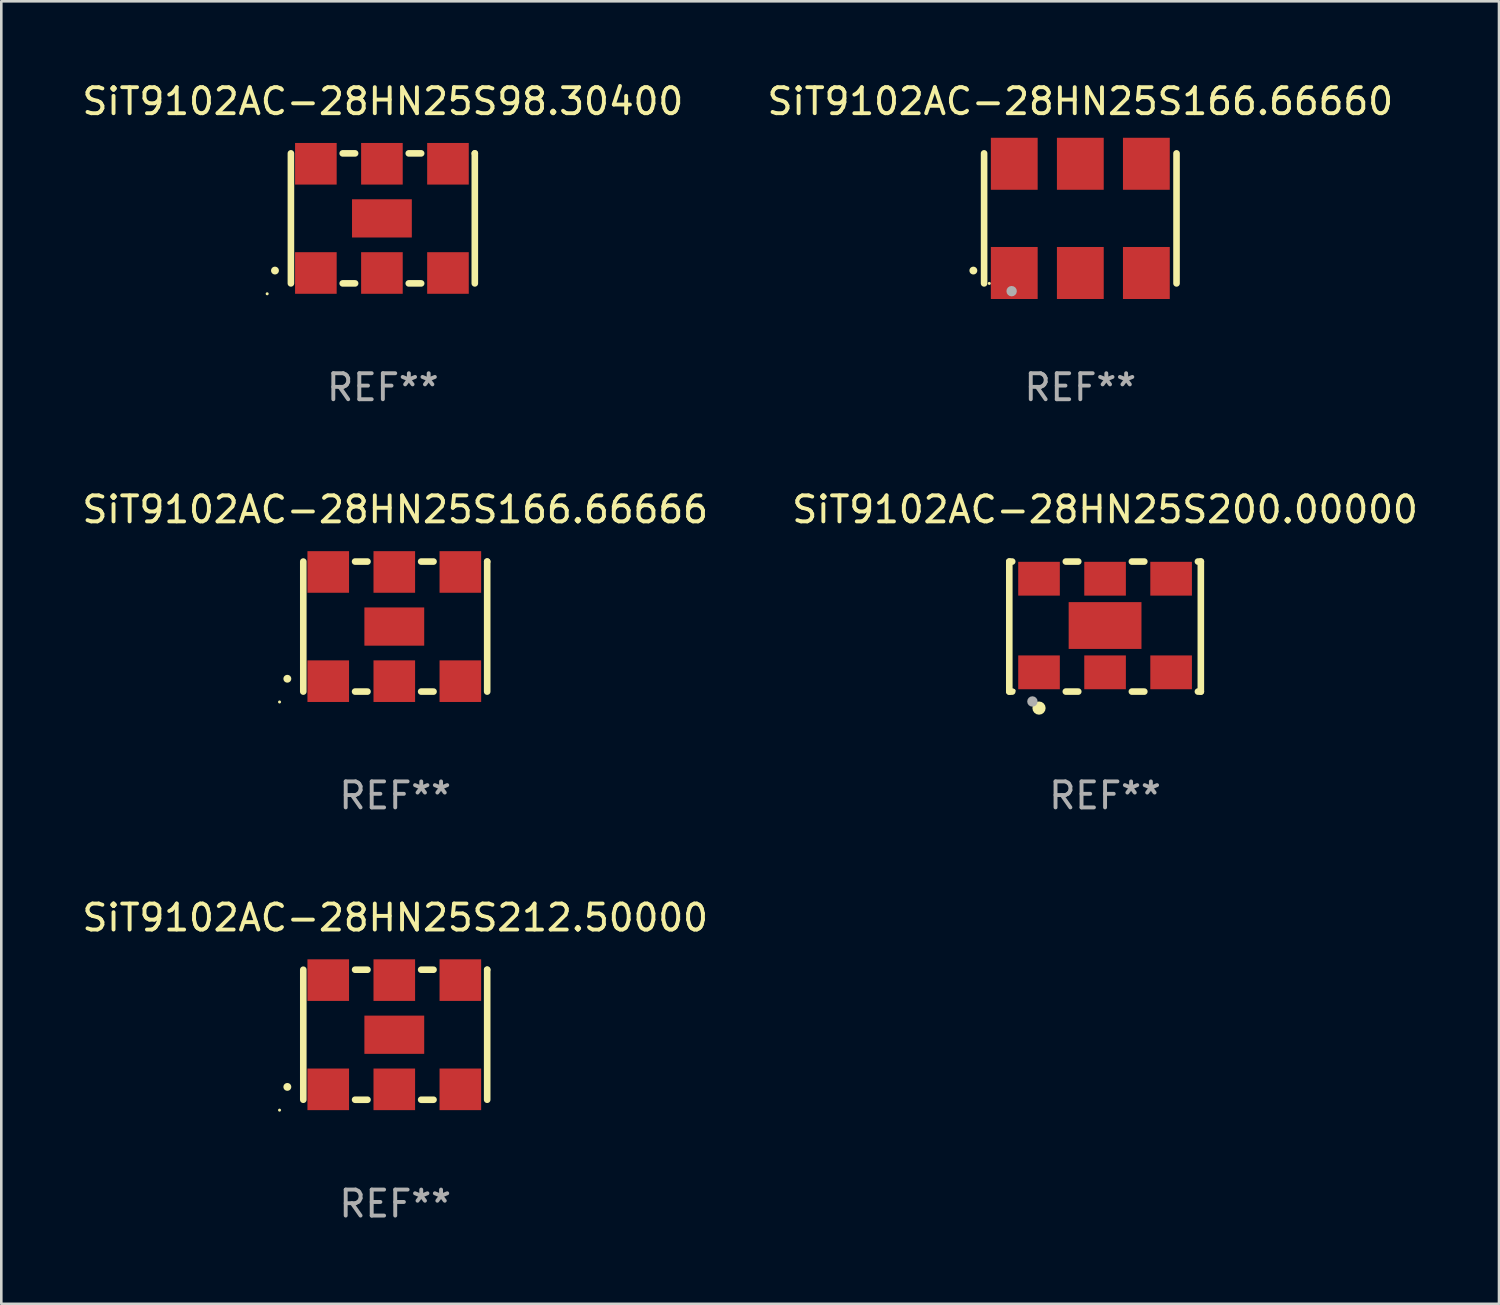
<source format=kicad_pcb>
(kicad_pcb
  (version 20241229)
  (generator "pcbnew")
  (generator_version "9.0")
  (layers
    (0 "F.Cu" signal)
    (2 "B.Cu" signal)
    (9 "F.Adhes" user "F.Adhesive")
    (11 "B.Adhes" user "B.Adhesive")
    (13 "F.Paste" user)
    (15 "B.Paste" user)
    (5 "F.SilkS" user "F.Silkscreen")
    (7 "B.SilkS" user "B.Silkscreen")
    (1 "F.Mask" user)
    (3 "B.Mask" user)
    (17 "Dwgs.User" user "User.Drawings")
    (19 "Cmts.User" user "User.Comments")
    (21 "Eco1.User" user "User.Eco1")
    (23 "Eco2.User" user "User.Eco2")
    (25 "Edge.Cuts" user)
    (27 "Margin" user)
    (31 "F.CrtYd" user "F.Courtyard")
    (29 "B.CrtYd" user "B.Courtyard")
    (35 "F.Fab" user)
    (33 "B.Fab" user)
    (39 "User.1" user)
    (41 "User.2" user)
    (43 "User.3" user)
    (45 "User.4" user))
  (footprint "SiT9102AC-28HN25S200.00000"
    (layer "F.Cu")
    (at 39.446 21.045)
    (property "Reference" "SiT9102AC-28HN25S200.00000" (at 0 -4.5 0) (layer "F.SilkS") (effects (font (size 1 1) (thickness 0.15))))
    (attr through_hole)
    (fp_line (start -3.683 -2.5) (end -3.571 -2.5) (stroke (width 0.254) (type solid)) (layer "F.SilkS"))
    (fp_line (start -3.683 2.5) (end -3.683 -2.5) (stroke (width 0.254) (type solid)) (layer "F.SilkS"))
    (fp_line (start -3.683 2.5) (end -3.571 2.5) (stroke (width 0.254) (type solid)) (layer "F.SilkS"))
    (fp_line (start -1.509 -2.5) (end -1.031 -2.5) (stroke (width 0.254) (type solid)) (layer "F.SilkS"))
    (fp_line (start -1.509 2.5) (end -1.031 2.5) (stroke (width 0.254) (type solid)) (layer "F.SilkS"))
    (fp_line (start 1.031 -2.5) (end 1.509 -2.5) (stroke (width 0.254) (type solid)) (layer "F.SilkS"))
    (fp_line (start 1.031 2.5) (end 1.509 2.5) (stroke (width 0.254) (type solid)) (layer "F.SilkS"))
    (fp_line (start 3.571 -2.5) (end 3.683 -2.5) (stroke (width 0.254) (type solid)) (layer "F.SilkS"))
    (fp_line (start 3.571 2.5) (end 3.683 2.5) (stroke (width 0.254) (type solid)) (layer "F.SilkS"))
    (fp_line (start 3.683 2.5) (end 3.683 -2.5) (stroke (width 0.254) (type solid)) (layer "F.SilkS"))
    (fp_circle (center -3.5 2.46) (end -3.47 2.46) (stroke (width 0.06) (type solid)) (fill no) (layer "F.SilkS"))
    (fp_circle (center -2.54 3.135) (end -2.413 3.135) (stroke (width 0.254) (type solid)) (fill no) (layer "F.SilkS"))
    (fp_circle (center -2.794 2.881) (end -2.694 2.881) (stroke (width 0.2) (type solid)) (fill no) (layer "F.Fab"))
    (fp_text user "REF**" (at 0 6.5 0) (layer "F.Fab") (effects (font (size 1 1) (thickness 0.15))))
    (pad "1" smd rect (at -2.54 1.76) (size 1.6 1.3) (layers "F.Cu" "F.Mask" "F.Paste"))
    (pad "2" smd rect (at 0 1.76) (size 1.6 1.3) (layers "F.Cu" "F.Mask" "F.Paste"))
    (pad "3" smd rect (at 2.54 1.76) (size 1.6 1.3) (layers "F.Cu" "F.Mask" "F.Paste"))
    (pad "4" smd rect (at 2.54 -1.84) (size 1.6 1.3) (layers "F.Cu" "F.Mask" "F.Paste"))
    (pad "5" smd rect (at 0 -1.84) (size 1.6 1.3) (layers "F.Cu" "F.Mask" "F.Paste"))
    (pad "6" smd rect (at -2.54 -1.84) (size 1.6 1.3) (layers "F.Cu" "F.Mask" "F.Paste"))
    (pad "7" smd rect (at 0 -0.04) (size 2.8 1.8) (layers "F.Cu" "F.Mask" "F.Paste")))
  (footprint "SiT9102AC-28HN25S166.66666"
    (layer "F.Cu")
    (at 12.149 21.045)
    (property "Reference" "SiT9102AC-28HN25S166.66666" (at 0 -4.5 0) (layer "F.SilkS") (effects (font (size 1 1) (thickness 0.15))))
    (attr through_hole)
    (fp_line (start -3.536 -2.5) (end -3.536 2.5) (stroke (width 0.254) (type solid)) (layer "F.SilkS"))
    (fp_line (start -1.544 2.5) (end -1.067 2.5) (stroke (width 0.254) (type solid)) (layer "F.SilkS"))
    (fp_line (start -1.067 -2.5) (end -1.544 -2.5) (stroke (width 0.254) (type solid)) (layer "F.SilkS"))
    (fp_line (start 0.996 2.5) (end 1.473 2.5) (stroke (width 0.254) (type solid)) (layer "F.SilkS"))
    (fp_line (start 1.473 -2.5) (end 0.996 -2.5) (stroke (width 0.254) (type solid)) (layer "F.SilkS"))
    (fp_line (start 3.536 -2.5) (end 3.536 -2.5) (stroke (width 0.254) (type solid)) (layer "F.SilkS"))
    (fp_line (start 3.536 2.5) (end 3.536 -2.5) (stroke (width 0.254) (type solid)) (layer "F.SilkS"))
    (fp_arc (start -4.150432 2.006604) (mid -4.149162 2.006599) (end -4.147892 2.006604) (stroke (width 0.3) (type solid)) (layer "F.SilkS"))
    (fp_circle (center -4.449 2.9) (end -4.419 2.9) (stroke (width 0.06) (type solid)) (fill no) (layer "F.SilkS"))
    (fp_text user "REF**" (at 0 6.5 0) (layer "F.Fab") (effects (font (size 1 1) (thickness 0.15))))
    (pad "1" smd rect (at -2.576 2.1) (size 1.6 1.6) (layers "F.Cu" "F.Mask" "F.Paste"))
    (pad "2" smd rect (at -0.036 2.1) (size 1.6 1.6) (layers "F.Cu" "F.Mask" "F.Paste"))
    (pad "3" smd rect (at 2.504 2.1) (size 1.6 1.6) (layers "F.Cu" "F.Mask" "F.Paste"))
    (pad "4" smd rect (at 2.504 -2.1) (size 1.6 1.6) (layers "F.Cu" "F.Mask" "F.Paste"))
    (pad "5" smd rect (at -0.036 -2.1) (size 1.6 1.6) (layers "F.Cu" "F.Mask" "F.Paste"))
    (pad "6" smd rect (at -2.576 -2.1) (size 1.6 1.6) (layers "F.Cu" "F.Mask" "F.Paste"))
    (pad "7" smd rect (at -0.036 0) (size 2.3 1.47) (layers "F.Cu" "F.Mask" "F.Paste")))
  (footprint "SiT9102AC-28HN25S98.30400"
    (layer "F.Cu")
    (at 11.673 5.348)
    (property "Reference" "SiT9102AC-28HN25S98.30400" (at 0 -4.5 0) (layer "F.SilkS") (effects (font (size 1 1) (thickness 0.15))))
    (attr through_hole)
    (fp_line (start -3.536 -2.5) (end -3.536 2.5) (stroke (width 0.254) (type solid)) (layer "F.SilkS"))
    (fp_line (start -1.544 2.5) (end -1.067 2.5) (stroke (width 0.254) (type solid)) (layer "F.SilkS"))
    (fp_line (start -1.067 -2.5) (end -1.544 -2.5) (stroke (width 0.254) (type solid)) (layer "F.SilkS"))
    (fp_line (start 0.996 2.5) (end 1.473 2.5) (stroke (width 0.254) (type solid)) (layer "F.SilkS"))
    (fp_line (start 1.473 -2.5) (end 0.996 -2.5) (stroke (width 0.254) (type solid)) (layer "F.SilkS"))
    (fp_line (start 3.536 -2.5) (end 3.536 -2.5) (stroke (width 0.254) (type solid)) (layer "F.SilkS"))
    (fp_line (start 3.536 2.5) (end 3.536 -2.5) (stroke (width 0.254) (type solid)) (layer "F.SilkS"))
    (fp_arc (start -4.150432 2.006604) (mid -4.149162 2.006599) (end -4.147892 2.006604) (stroke (width 0.3) (type solid)) (layer "F.SilkS"))
    (fp_circle (center -4.449 2.9) (end -4.419 2.9) (stroke (width 0.06) (type solid)) (fill no) (layer "F.SilkS"))
    (fp_text user "REF**" (at 0 6.5 0) (layer "F.Fab") (effects (font (size 1 1) (thickness 0.15))))
    (pad "1" smd rect (at -2.576 2.1) (size 1.6 1.6) (layers "F.Cu" "F.Mask" "F.Paste"))
    (pad "2" smd rect (at -0.036 2.1) (size 1.6 1.6) (layers "F.Cu" "F.Mask" "F.Paste"))
    (pad "3" smd rect (at 2.504 2.1) (size 1.6 1.6) (layers "F.Cu" "F.Mask" "F.Paste"))
    (pad "4" smd rect (at 2.504 -2.1) (size 1.6 1.6) (layers "F.Cu" "F.Mask" "F.Paste"))
    (pad "5" smd rect (at -0.036 -2.1) (size 1.6 1.6) (layers "F.Cu" "F.Mask" "F.Paste"))
    (pad "6" smd rect (at -2.576 -2.1) (size 1.6 1.6) (layers "F.Cu" "F.Mask" "F.Paste"))
    (pad "7" smd rect (at -0.036 0) (size 2.3 1.47) (layers "F.Cu" "F.Mask" "F.Paste")))
  (footprint "SiT9102AC-28HN25S166.66660"
    (layer "F.Cu")
    (at 38.494 5.348)
    (property "Reference" "SiT9102AC-28HN25S166.66660" (at 0 -4.5 0) (layer "F.SilkS") (effects (font (size 1 1) (thickness 0.15))))
    (attr through_hole)
    (fp_line (start -3.7 -2.5) (end -3.7 2.5) (stroke (width 0.254) (type solid)) (layer "F.SilkS"))
    (fp_line (start 3.7 -2.5) (end 3.7 2.5) (stroke (width 0.254) (type solid)) (layer "F.SilkS"))
    (fp_arc (start -4.114415 2.006604) (mid -4.113145 2.006599) (end -4.111875 2.006604) (stroke (width 0.3) (type solid)) (layer "F.SilkS"))
    (fp_circle (center -3.5 2.501) (end -3.47 2.501) (stroke (width 0.06) (type solid)) (fill no) (layer "F.SilkS"))
    (fp_circle (center -2.641 2.799) (end -2.541 2.799) (stroke (width 0.2) (type solid)) (fill no) (layer "F.Fab"))
    (fp_text user "REF**" (at 0 6.5 0) (layer "F.Fab") (effects (font (size 1 1) (thickness 0.15))))
    (pad "1" smd rect (at -2.54 2.1) (size 1.8 2) (layers "F.Cu" "F.Mask" "F.Paste"))
    (pad "2" smd rect (at 0.000394 2.1) (size 1.8 2) (layers "F.Cu" "F.Mask" "F.Paste"))
    (pad "3" smd rect (at 2.54 2.1) (size 1.8 2) (layers "F.Cu" "F.Mask" "F.Paste"))
    (pad "4" smd rect (at 2.54 -2.1) (size 1.8 2) (layers "F.Cu" "F.Mask" "F.Paste"))
    (pad "5" smd rect (at 0.000394 -2.1) (size 1.8 2) (layers "F.Cu" "F.Mask" "F.Paste"))
    (pad "6" smd rect (at -2.54 -2.1) (size 1.8 2) (layers "F.Cu" "F.Mask" "F.Paste")))
  (footprint "SiT9102AC-28HN25S212.50000"
    (layer "F.Cu")
    (at 12.149 36.741)
    (property "Reference" "SiT9102AC-28HN25S212.50000" (at 0 -4.5 0) (layer "F.SilkS") (effects (font (size 1 1) (thickness 0.15))))
    (attr through_hole)
    (fp_line (start -3.536 -2.5) (end -3.536 2.5) (stroke (width 0.254) (type solid)) (layer "F.SilkS"))
    (fp_line (start -1.544 2.5) (end -1.067 2.5) (stroke (width 0.254) (type solid)) (layer "F.SilkS"))
    (fp_line (start -1.067 -2.5) (end -1.544 -2.5) (stroke (width 0.254) (type solid)) (layer "F.SilkS"))
    (fp_line (start 0.996 2.5) (end 1.473 2.5) (stroke (width 0.254) (type solid)) (layer "F.SilkS"))
    (fp_line (start 1.473 -2.5) (end 0.996 -2.5) (stroke (width 0.254) (type solid)) (layer "F.SilkS"))
    (fp_line (start 3.536 -2.5) (end 3.536 -2.5) (stroke (width 0.254) (type solid)) (layer "F.SilkS"))
    (fp_line (start 3.536 2.5) (end 3.536 -2.5) (stroke (width 0.254) (type solid)) (layer "F.SilkS"))
    (fp_arc (start -4.150432 2.006604) (mid -4.149162 2.006599) (end -4.147892 2.006604) (stroke (width 0.3) (type solid)) (layer "F.SilkS"))
    (fp_circle (center -4.449 2.9) (end -4.419 2.9) (stroke (width 0.06) (type solid)) (fill no) (layer "F.SilkS"))
    (fp_text user "REF**" (at 0 6.5 0) (layer "F.Fab") (effects (font (size 1 1) (thickness 0.15))))
    (pad "1" smd rect (at -2.576 2.1) (size 1.6 1.6) (layers "F.Cu" "F.Mask" "F.Paste"))
    (pad "2" smd rect (at -0.036 2.1) (size 1.6 1.6) (layers "F.Cu" "F.Mask" "F.Paste"))
    (pad "3" smd rect (at 2.504 2.1) (size 1.6 1.6) (layers "F.Cu" "F.Mask" "F.Paste"))
    (pad "4" smd rect (at 2.504 -2.1) (size 1.6 1.6) (layers "F.Cu" "F.Mask" "F.Paste"))
    (pad "5" smd rect (at -0.036 -2.1) (size 1.6 1.6) (layers "F.Cu" "F.Mask" "F.Paste"))
    (pad "6" smd rect (at -2.576 -2.1) (size 1.6 1.6) (layers "F.Cu" "F.Mask" "F.Paste"))
    (pad "7" smd rect (at -0.036 0) (size 2.3 1.47) (layers "F.Cu" "F.Mask" "F.Paste")))
  (gr_rect
    (start -3 -3)
    (end 54.595 47.09)
    (stroke (width 0.1) (type default))
    (fill no)
    (layer "Edge.Cuts")))
</source>
